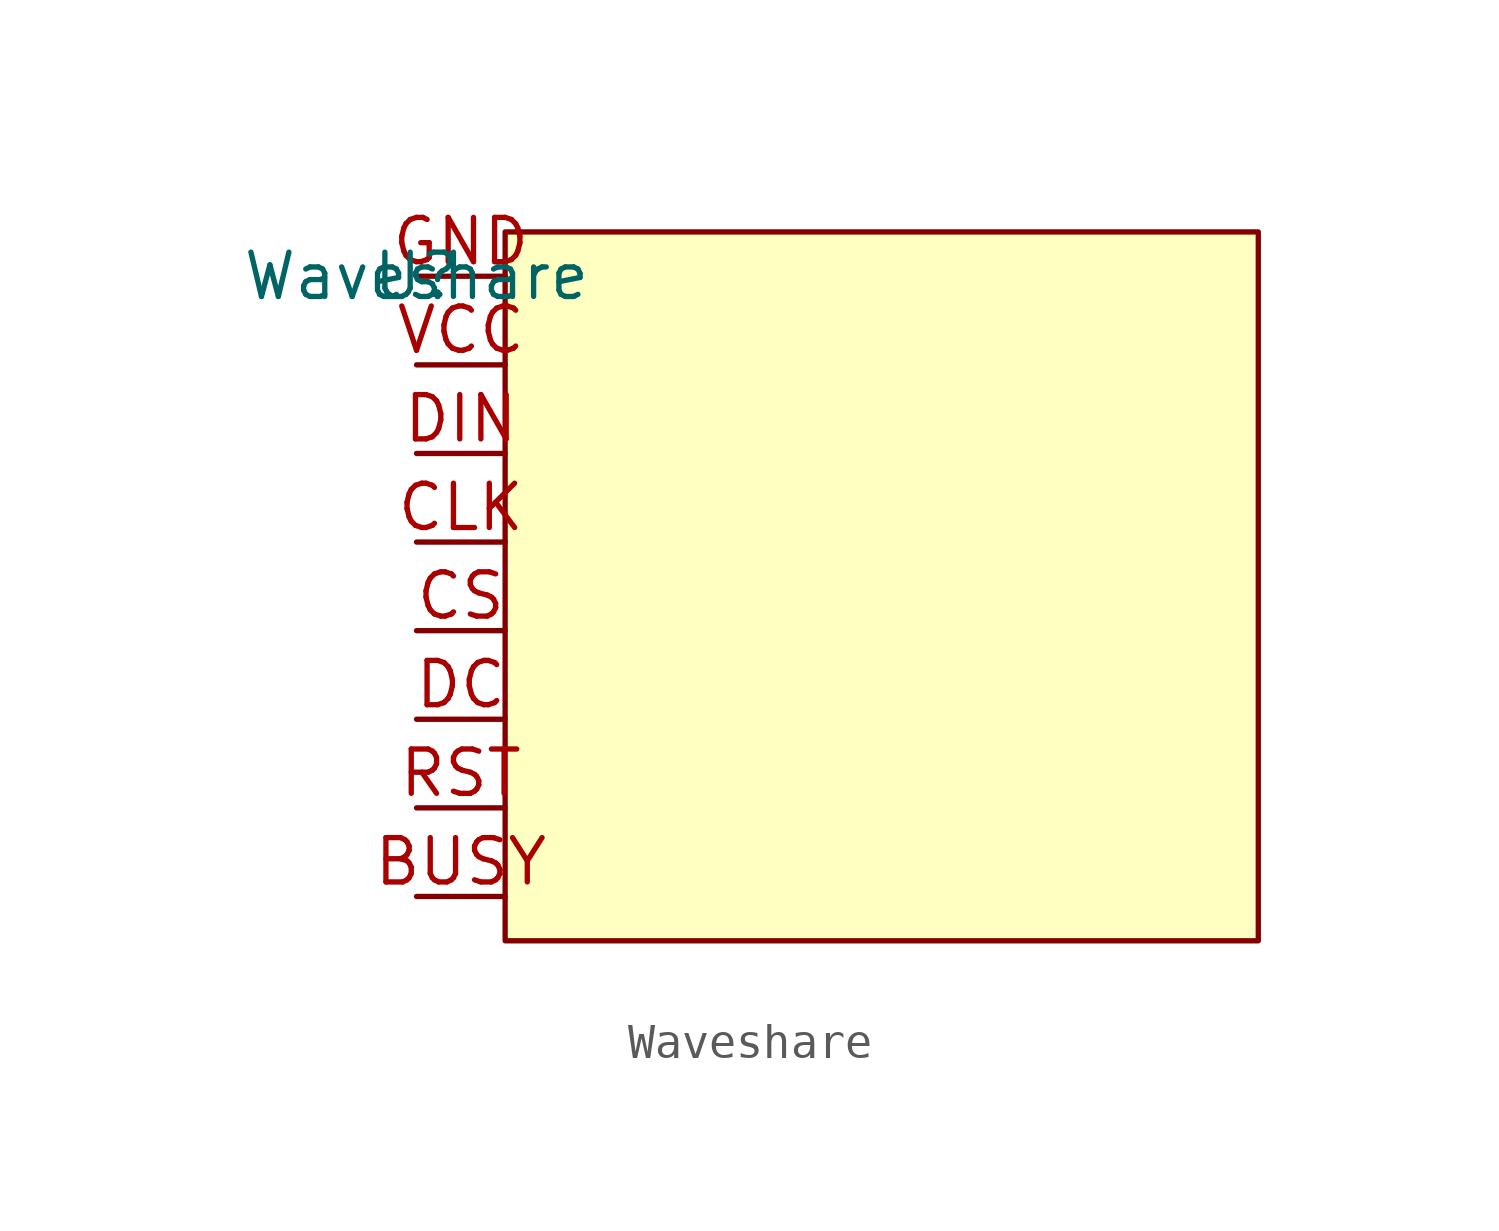
<source format=kicad_sym>
(kicad_symbol_lib
  (version 20211014)
  (generator kicad_symbol_editor)
  (symbol "Waveshare"
    (pin_names
      (offset 0.5))
    (property "Reference" "U"
      (at 0 0 0)
      (effects (font (size 1.27 1.27))))
    (property "Value" "Waveshare"
      (at 0 0 0)
      (effects (font (size 1.27 1.27))))
    (symbol "Waveshare_0_0"
      (pin output line (at 0 -17.78 0) (length 2.54) (name "" (effects (font (size 1.27 1.27)))) (number "BUSY" (effects (font (size 1.27 1.27)))))
      (pin input line (at 0 -7.62 0) (length 2.54) (name "" (effects (font (size 1.27 1.27)))) (number "CLK" (effects (font (size 1.27 1.27)))))
      (pin input line (at 0 -10.16 0) (length 2.54) (name "" (effects (font (size 1.27 1.27)))) (number "CS" (effects (font (size 1.27 1.27)))))
      (pin input line (at 0 -12.7 0) (length 2.54) (name "" (effects (font (size 1.27 1.27)))) (number "DC" (effects (font (size 1.27 1.27)))))
      (pin input line (at 0 -5.08 0) (length 2.54) (name "" (effects (font (size 1.27 1.27)))) (number "DIN" (effects (font (size 1.27 1.27)))))
      (pin power_in line (at 0 0 0) (length 2.54) (name "" (effects (font (size 1.27 1.27)))) (number "GND" (effects (font (size 1.27 1.27)))))
      (pin input line (at 0 -15.24 0) (length 2.54) (name "" (effects (font (size 1.27 1.27)))) (number "RST" (effects (font (size 1.27 1.27)))))
      (pin power_in line (at 0 -2.54 0) (length 2.54) (name "" (effects (font (size 1.27 1.27)))) (number "VCC" (effects (font (size 1.27 1.27))))))
    (symbol "Waveshare_0_1"
      (rectangle (start 2.54 -19.05) (end 24.13 1.27) (stroke (width 0) (type default) (color 0 0 0 0)) (fill (type background))))))
</source>
